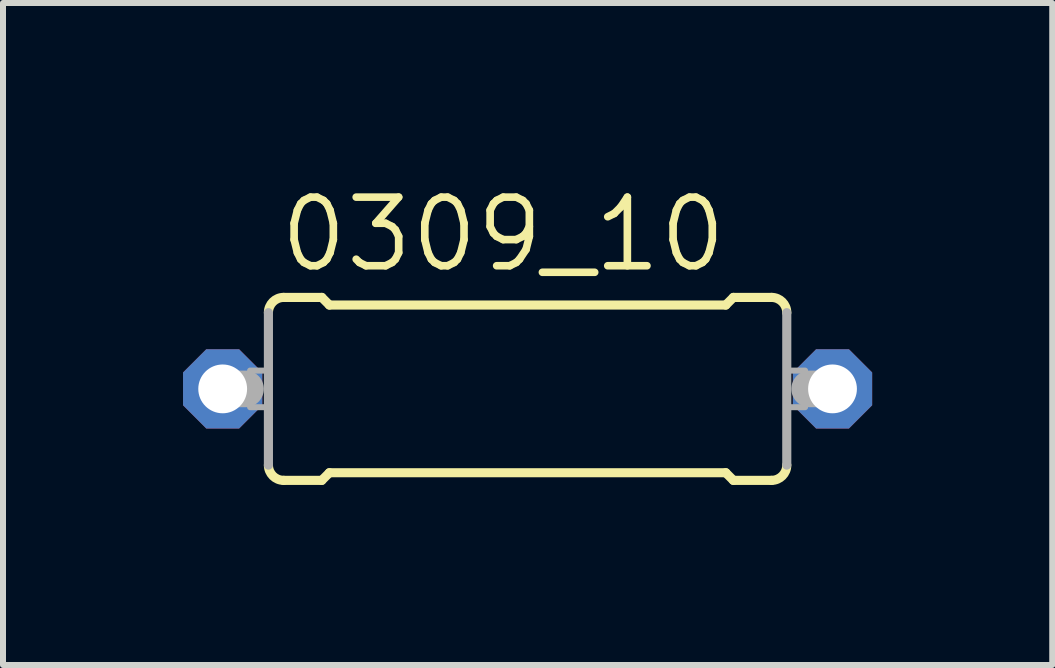
<source format=kicad_pcb>
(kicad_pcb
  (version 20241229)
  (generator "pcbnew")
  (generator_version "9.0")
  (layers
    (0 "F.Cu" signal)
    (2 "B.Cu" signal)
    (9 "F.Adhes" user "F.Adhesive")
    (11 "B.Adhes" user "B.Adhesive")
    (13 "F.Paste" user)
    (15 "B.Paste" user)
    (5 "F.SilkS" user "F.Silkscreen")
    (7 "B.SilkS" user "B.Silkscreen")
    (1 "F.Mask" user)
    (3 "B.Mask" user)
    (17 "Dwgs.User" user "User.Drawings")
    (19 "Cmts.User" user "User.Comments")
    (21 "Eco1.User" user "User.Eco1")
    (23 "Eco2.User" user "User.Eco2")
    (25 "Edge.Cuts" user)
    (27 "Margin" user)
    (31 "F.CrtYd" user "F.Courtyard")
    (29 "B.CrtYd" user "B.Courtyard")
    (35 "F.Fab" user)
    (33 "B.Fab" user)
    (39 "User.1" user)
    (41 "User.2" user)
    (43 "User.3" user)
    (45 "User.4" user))
  (footprint "0309_10"
    (layer "F.Cu")
    (at 5.74 3.429)
    (property "Reference" "0309_10" (at -4.191 -1.905 0) (layer "F.SilkS") (effects (font (size 1.143 1.143) (thickness 0.127)) (justify left bottom)))
    (fp_line (start -4.064 -1.524) (end -3.429 -1.524) (stroke (width 0.152) (type solid)) (layer "F.SilkS"))
    (fp_line (start -4.064 1.524) (end -3.429 1.524) (stroke (width 0.152) (type solid)) (layer "F.SilkS"))
    (fp_line (start -3.302 -1.397) (end -3.429 -1.524) (stroke (width 0.152) (type solid)) (layer "F.SilkS"))
    (fp_line (start -3.302 1.397) (end -3.429 1.524) (stroke (width 0.152) (type solid)) (layer "F.SilkS"))
    (fp_line (start 3.302 -1.397) (end -3.302 -1.397) (stroke (width 0.152) (type solid)) (layer "F.SilkS"))
    (fp_line (start 3.302 -1.397) (end 3.429 -1.524) (stroke (width 0.152) (type solid)) (layer "F.SilkS"))
    (fp_line (start 3.302 1.397) (end -3.302 1.397) (stroke (width 0.152) (type solid)) (layer "F.SilkS"))
    (fp_line (start 3.302 1.397) (end 3.429 1.524) (stroke (width 0.152) (type solid)) (layer "F.SilkS"))
    (fp_line (start 4.064 -1.524) (end 3.429 -1.524) (stroke (width 0.152) (type solid)) (layer "F.SilkS"))
    (fp_line (start 4.064 1.524) (end 3.429 1.524) (stroke (width 0.152) (type solid)) (layer "F.SilkS"))
    (fp_arc (start -4.318 -1.27) (mid -4.243605 -1.449605) (end -4.064 -1.524) (stroke (width 0.1524) (type solid)) (layer "F.SilkS"))
    (fp_arc (start -4.064 1.524) (mid -4.243605 1.449605) (end -4.318 1.27) (stroke (width 0.1524) (type solid)) (layer "F.SilkS"))
    (fp_arc (start 4.064 -1.524) (mid 4.243605 -1.449605) (end 4.318 -1.27) (stroke (width 0.1524) (type solid)) (layer "F.SilkS"))
    (fp_arc (start 4.318 1.27) (mid 4.243605 1.449605) (end 4.064 1.524) (stroke (width 0.1524) (type solid)) (layer "F.SilkS"))
    (fp_line (start -4.699 0) (end -5.08 0) (stroke (width 0.61) (type solid)) (layer "F.Fab"))
    (fp_line (start -4.318 1.27) (end -4.318 -1.27) (stroke (width 0.152) (type solid)) (layer "F.Fab"))
    (fp_line (start 4.318 1.27) (end 4.318 -1.27) (stroke (width 0.152) (type solid)) (layer "F.Fab"))
    (fp_line (start 5.08 0) (end 4.699 0) (stroke (width 0.61) (type solid)) (layer "F.Fab"))
    (fp_poly (pts (xy -4.623 0.305) (xy -4.318 0.305) (xy -4.318 -0.305) (xy -4.623 -0.305)) (stroke (width 0.1) (type default)) (fill no) (layer "F.Fab"))
    (fp_poly (pts (xy 4.318 0.305) (xy 4.623 0.305) (xy 4.623 -0.305) (xy 4.318 -0.305)) (stroke (width 0.1) (type default)) (fill no) (layer "F.Fab"))
    (pad "1" thru_hole roundrect (at -5.08 0) (size 1.321 1.321) (drill 0.813) (layers "*.Cu" "*.Mask") (roundrect_rratio 0.25) (chamfer_ratio 0.293) (chamfer top_left top_right bottom_left bottom_right))
    (pad "2" thru_hole roundrect (at 5.08 0) (size 1.321 1.321) (drill 0.813) (layers "*.Cu" "*.Mask") (roundrect_rratio 0.25) (chamfer_ratio 0.293) (chamfer top_left top_right bottom_left bottom_right)))
  (gr_rect
    (start -3 -3)
    (end 14.481 8.029)
    (stroke (width 0.1) (type default))
    (fill no)
    (layer "Edge.Cuts")))
</source>
